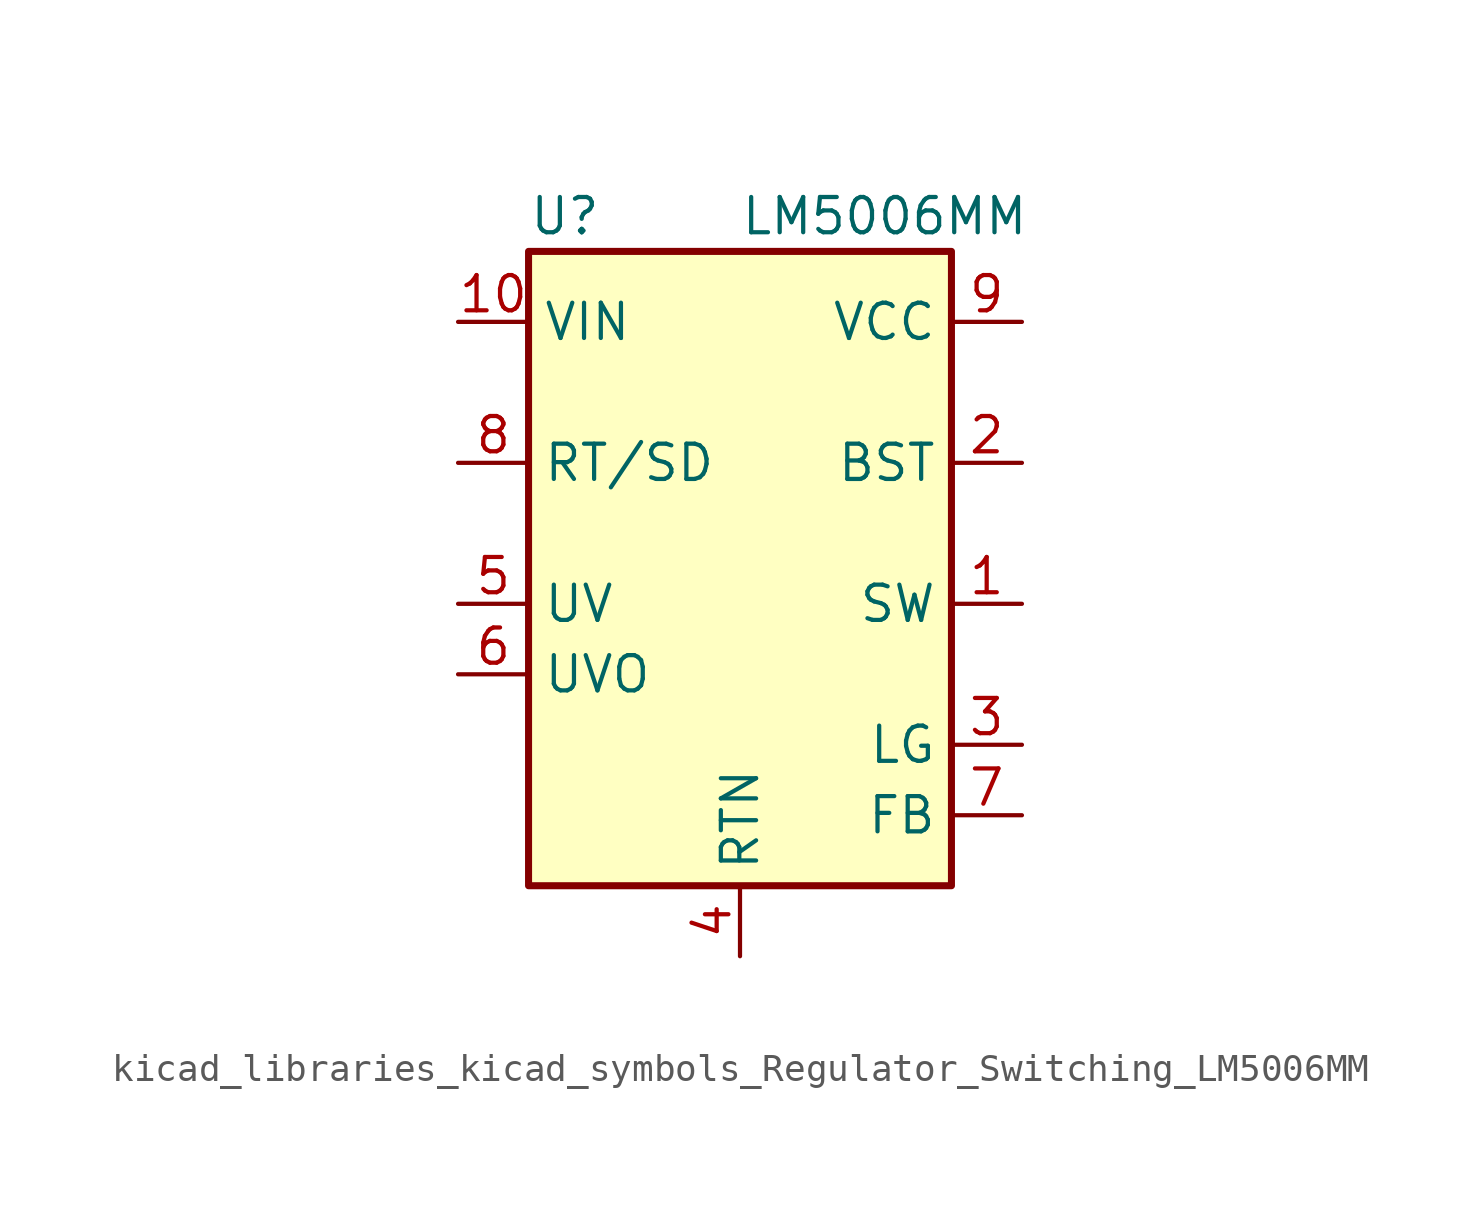
<source format=kicad_sym>
(kicad_symbol_lib
  (version 20220914)
  (generator kicad_symbol_editor)
  (symbol "kicad_libraries_kicad_symbols_Regulator_Switching_LM5006MM"
    (property "Reference" "U"
      (at -7.62 13.97 0)
      (effects (font (size 1.27 1.27)) (justify left)))
    (property "Value" "LM5006MM"
      (at 0 13.97 0)
      (effects (font (size 1.27 1.27)) (justify left)))
    (symbol "kicad_libraries_kicad_symbols_Regulator_Switching_LM5006MM_0_1"
      (rectangle (start -7.62 12.7) (end 7.62 -10.16) (stroke (width 0.254) (type default)) (fill (type background))))
    (symbol "kicad_libraries_kicad_symbols_Regulator_Switching_LM5006MM_1_1"
      (pin output line (at 10.16 0 180) (length 2.54) (name "SW" (effects (font (size 1.27 1.27)))) (number "1" (effects (font (size 1.27 1.27)))))
      (pin power_in line (at -10.16 10.16 0) (length 2.54) (name "VIN" (effects (font (size 1.27 1.27)))) (number "10" (effects (font (size 1.27 1.27)))))
      (pin input line (at 10.16 5.08 180) (length 2.54) (name "BST" (effects (font (size 1.27 1.27)))) (number "2" (effects (font (size 1.27 1.27)))))
      (pin output line (at 10.16 -5.08 180) (length 2.54) (name "LG" (effects (font (size 1.27 1.27)))) (number "3" (effects (font (size 1.27 1.27)))))
      (pin power_in line (at 0 -12.7 90) (length 2.54) (name "RTN" (effects (font (size 1.27 1.27)))) (number "4" (effects (font (size 1.27 1.27)))))
      (pin input line (at -10.16 0 0) (length 2.54) (name "UV" (effects (font (size 1.27 1.27)))) (number "5" (effects (font (size 1.27 1.27)))))
      (pin output line (at -10.16 -2.54 0) (length 2.54) (name "UVO" (effects (font (size 1.27 1.27)))) (number "6" (effects (font (size 1.27 1.27)))))
      (pin input line (at 10.16 -7.62 180) (length 2.54) (name "FB" (effects (font (size 1.27 1.27)))) (number "7" (effects (font (size 1.27 1.27)))))
      (pin input line (at -10.16 5.08 0) (length 2.54) (name "RT/SD" (effects (font (size 1.27 1.27)))) (number "8" (effects (font (size 1.27 1.27)))))
      (pin output line (at 10.16 10.16 180) (length 2.54) (name "VCC" (effects (font (size 1.27 1.27)))) (number "9" (effects (font (size 1.27 1.27))))))))
</source>
